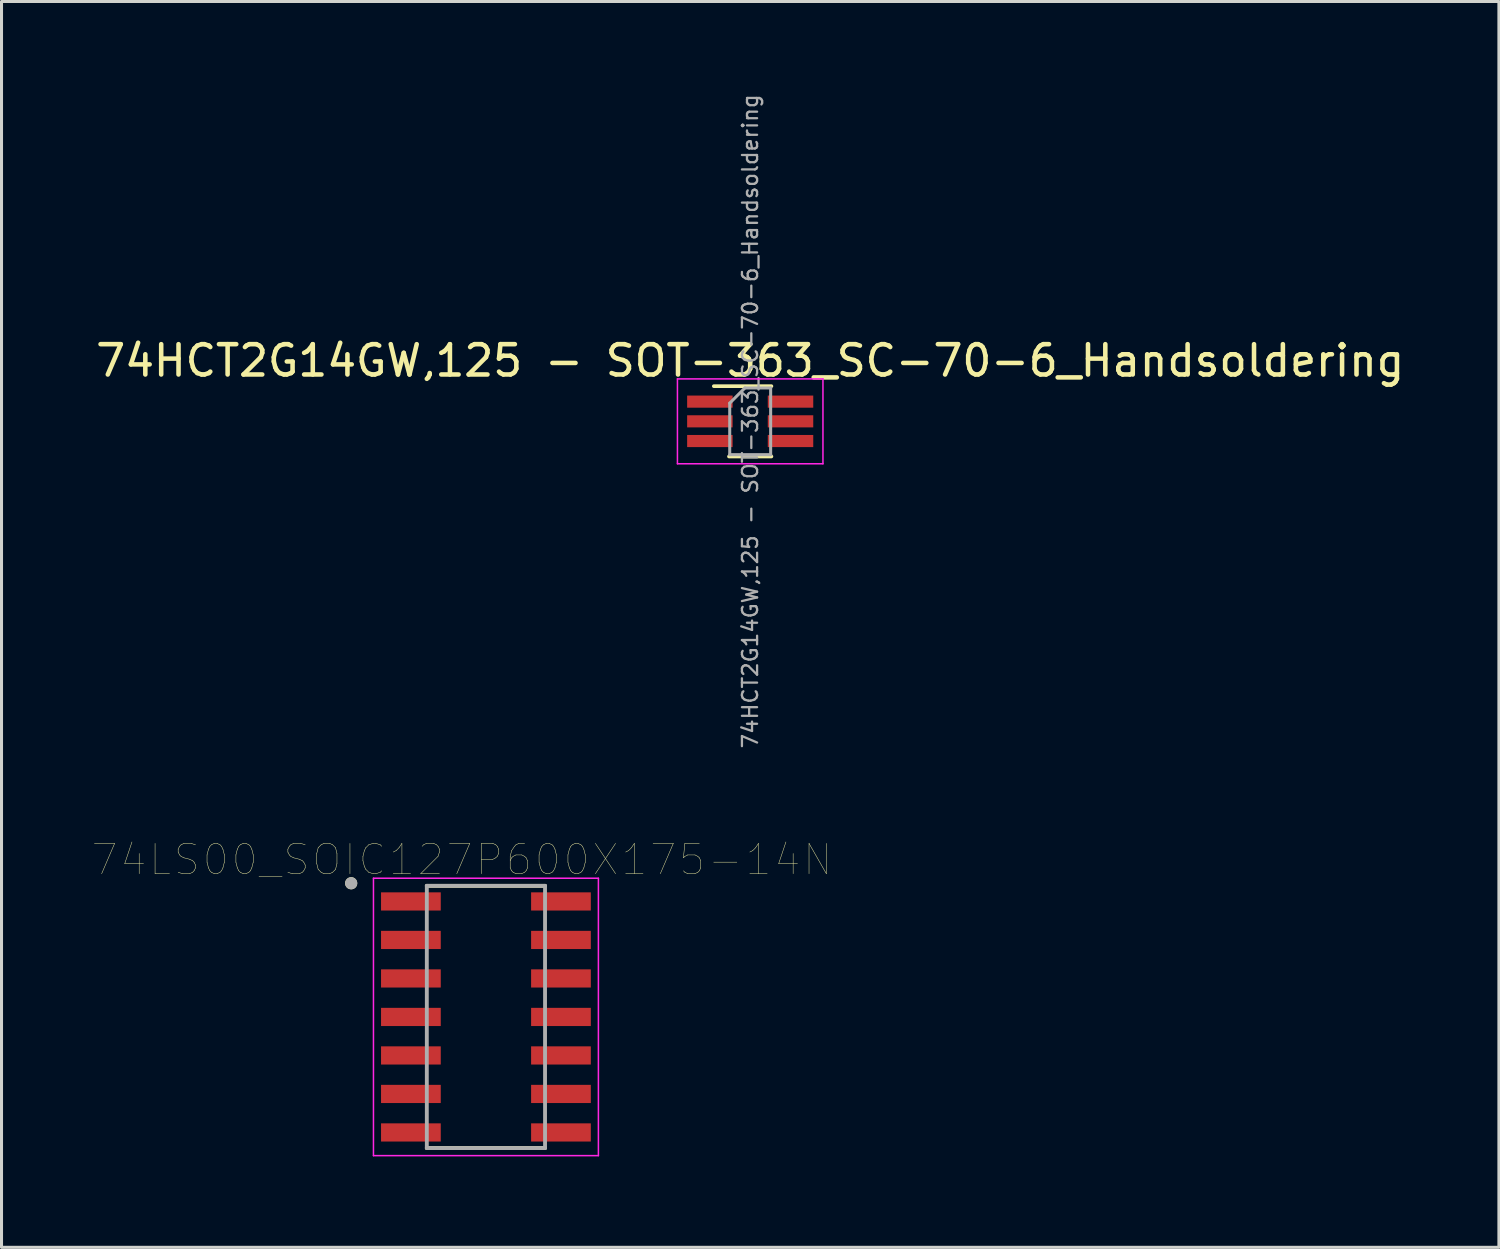
<source format=kicad_pcb>
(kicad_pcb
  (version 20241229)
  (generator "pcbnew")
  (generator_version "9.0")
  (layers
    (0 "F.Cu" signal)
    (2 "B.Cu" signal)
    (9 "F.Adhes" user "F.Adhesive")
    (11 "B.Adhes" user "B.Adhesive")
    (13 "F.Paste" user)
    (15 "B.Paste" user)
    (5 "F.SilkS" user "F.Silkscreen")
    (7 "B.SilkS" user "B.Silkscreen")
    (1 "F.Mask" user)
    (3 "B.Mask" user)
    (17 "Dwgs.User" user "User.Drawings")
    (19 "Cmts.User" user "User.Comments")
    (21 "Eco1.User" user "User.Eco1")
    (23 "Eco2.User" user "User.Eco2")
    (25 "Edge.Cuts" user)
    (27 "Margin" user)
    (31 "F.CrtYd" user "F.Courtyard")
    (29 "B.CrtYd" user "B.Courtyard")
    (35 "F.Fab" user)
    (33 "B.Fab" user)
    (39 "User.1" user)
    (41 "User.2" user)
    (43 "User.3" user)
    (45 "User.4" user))
  (footprint "74LS00_SOIC127P600X175-14N"
    (layer "F.Cu")
    (at 12.979 30.495)
    (property "Reference" "74LS00_SOIC127P600X175-14N" (at -0.795 -5.187 0) (layer "F.SilkS") (effects (font (size 1 1) (thickness 0.015))))
    (attr through_hole)
    (fp_line (start -1.95 -4.325) (end 1.95 -4.325) (stroke (width 0.127) (type solid)) (layer "F.SilkS"))
    (fp_line (start -1.95 4.325) (end 1.95 4.325) (stroke (width 0.127) (type solid)) (layer "F.SilkS"))
    (fp_circle (center -4.445 -4.41) (end -4.245 -4.41) (stroke (width 0) (type solid)) (fill yes) (layer "F.SilkS"))
    (fp_line (start -3.71 -4.575) (end -3.71 4.575) (stroke (width 0.05) (type solid)) (layer "F.CrtYd"))
    (fp_line (start -3.71 -4.575) (end 3.71 -4.575) (stroke (width 0.05) (type solid)) (layer "F.CrtYd"))
    (fp_line (start -3.71 4.575) (end 3.71 4.575) (stroke (width 0.05) (type solid)) (layer "F.CrtYd"))
    (fp_line (start 3.71 -4.575) (end 3.71 4.575) (stroke (width 0.05) (type solid)) (layer "F.CrtYd"))
    (fp_line (start -1.95 -4.325) (end -1.95 4.325) (stroke (width 0.127) (type solid)) (layer "F.Fab"))
    (fp_line (start -1.95 -4.325) (end 1.95 -4.325) (stroke (width 0.127) (type solid)) (layer "F.Fab"))
    (fp_line (start -1.95 4.325) (end 1.95 4.325) (stroke (width 0.127) (type solid)) (layer "F.Fab"))
    (fp_line (start 1.95 -4.325) (end 1.95 4.325) (stroke (width 0.127) (type solid)) (layer "F.Fab"))
    (fp_circle (center -4.445 -4.41) (end -4.245 -4.41) (stroke (width 0) (type solid)) (fill yes) (layer "F.Fab"))
    (pad "1" smd rect (at -2.475 -3.81) (size 1.97 0.6) (layers "F.Cu" "F.Mask" "F.Paste"))
    (pad "2" smd rect (at -2.475 -2.54) (size 1.97 0.6) (layers "F.Cu" "F.Mask" "F.Paste"))
    (pad "3" smd rect (at -2.475 -1.27) (size 1.97 0.6) (layers "F.Cu" "F.Mask" "F.Paste"))
    (pad "4" smd rect (at -2.475 0) (size 1.97 0.6) (layers "F.Cu" "F.Mask" "F.Paste"))
    (pad "5" smd rect (at -2.475 1.27) (size 1.97 0.6) (layers "F.Cu" "F.Mask" "F.Paste"))
    (pad "6" smd rect (at -2.475 2.54) (size 1.97 0.6) (layers "F.Cu" "F.Mask" "F.Paste"))
    (pad "7" smd rect (at -2.475 3.81) (size 1.97 0.6) (layers "F.Cu" "F.Mask" "F.Paste"))
    (pad "8" smd rect (at 2.475 3.81) (size 1.97 0.6) (layers "F.Cu" "F.Mask" "F.Paste"))
    (pad "9" smd rect (at 2.475 2.54) (size 1.97 0.6) (layers "F.Cu" "F.Mask" "F.Paste"))
    (pad "10" smd rect (at 2.475 1.27) (size 1.97 0.6) (layers "F.Cu" "F.Mask" "F.Paste"))
    (pad "11" smd rect (at 2.475 0) (size 1.97 0.6) (layers "F.Cu" "F.Mask" "F.Paste"))
    (pad "12" smd rect (at 2.475 -1.27) (size 1.97 0.6) (layers "F.Cu" "F.Mask" "F.Paste"))
    (pad "13" smd rect (at 2.475 -2.54) (size 1.97 0.6) (layers "F.Cu" "F.Mask" "F.Paste"))
    (pad "14" smd rect (at 2.475 -3.81) (size 1.97 0.6) (layers "F.Cu" "F.Mask" "F.Paste")))
  (footprint "74HCT2G14GW,125 - SOT-363_SC-70-6_Handsoldering"
    (layer "F.Cu")
    (at 21.696 10.848)
    (property "Reference" "74HCT2G14GW,125 - SOT-363_SC-70-6_Handsoldering" (at 0 -2 0) (layer "F.SilkS") (effects (font (size 1 1) (thickness 0.15))))
    (attr smd)
    (fp_line (start -0.7 1.16) (end 0.7 1.16) (stroke (width 0.12) (type solid)) (layer "F.SilkS"))
    (fp_line (start 0.7 -1.16) (end -1.2 -1.16) (stroke (width 0.12) (type solid)) (layer "F.SilkS"))
    (fp_line (start -2.4 -1.4) (end -2.4 1.4) (stroke (width 0.05) (type solid)) (layer "F.CrtYd"))
    (fp_line (start -2.4 -1.4) (end 2.4 -1.4) (stroke (width 0.05) (type solid)) (layer "F.CrtYd"))
    (fp_line (start -2.4 1.4) (end 2.4 1.4) (stroke (width 0.05) (type solid)) (layer "F.CrtYd"))
    (fp_line (start 2.4 1.4) (end 2.4 -1.4) (stroke (width 0.05) (type solid)) (layer "F.CrtYd"))
    (fp_line (start -0.675 -0.6) (end -0.675 1.1) (stroke (width 0.1) (type solid)) (layer "F.Fab"))
    (fp_line (start -0.175 -1.1) (end -0.675 -0.6) (stroke (width 0.1) (type solid)) (layer "F.Fab"))
    (fp_line (start 0.675 -1.1) (end -0.175 -1.1) (stroke (width 0.1) (type solid)) (layer "F.Fab"))
    (fp_line (start 0.675 -1.1) (end 0.675 1.1) (stroke (width 0.1) (type solid)) (layer "F.Fab"))
    (fp_line (start 0.675 1.1) (end -0.675 1.1) (stroke (width 0.1) (type solid)) (layer "F.Fab"))
    (fp_text user "${REFERENCE}" (at 0 0 90) (layer "F.Fab") (effects (font (size 0.5 0.5) (thickness 0.075))))
    (pad "1" smd rect (at -1.33 -0.65) (size 1.5 0.4) (layers "F.Cu" "F.Mask" "F.Paste"))
    (pad "2" smd rect (at -1.33 0) (size 1.5 0.4) (layers "F.Cu" "F.Mask" "F.Paste"))
    (pad "3" smd rect (at -1.33 0.65) (size 1.5 0.4) (layers "F.Cu" "F.Mask" "F.Paste"))
    (pad "4" smd rect (at 1.33 0.65) (size 1.5 0.4) (layers "F.Cu" "F.Mask" "F.Paste"))
    (pad "5" smd rect (at 1.33 0) (size 1.5 0.4) (layers "F.Cu" "F.Mask" "F.Paste"))
    (pad "6" smd rect (at 1.33 -0.65) (size 1.5 0.4) (layers "F.Cu" "F.Mask" "F.Paste")))
  (gr_rect
    (start -3 -3)
    (end 46.393 38.095)
    (stroke (width 0.1) (type default))
    (fill no)
    (layer "Edge.Cuts")))
</source>
